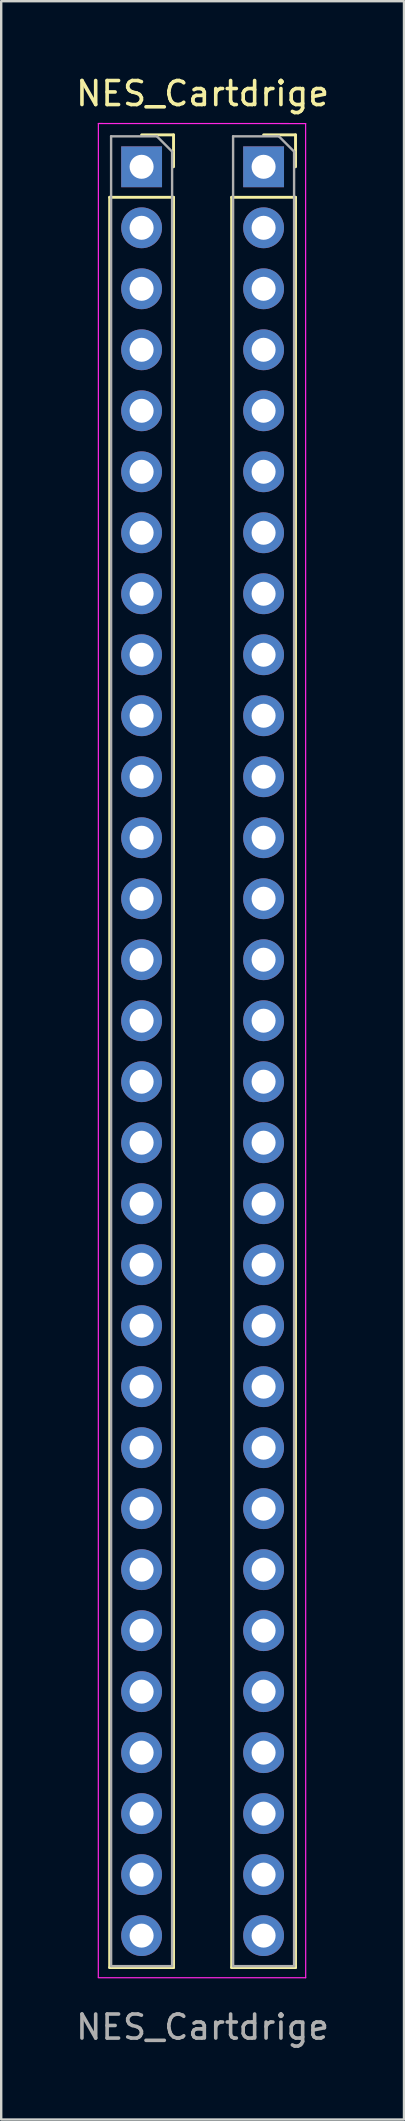
<source format=kicad_pcb>
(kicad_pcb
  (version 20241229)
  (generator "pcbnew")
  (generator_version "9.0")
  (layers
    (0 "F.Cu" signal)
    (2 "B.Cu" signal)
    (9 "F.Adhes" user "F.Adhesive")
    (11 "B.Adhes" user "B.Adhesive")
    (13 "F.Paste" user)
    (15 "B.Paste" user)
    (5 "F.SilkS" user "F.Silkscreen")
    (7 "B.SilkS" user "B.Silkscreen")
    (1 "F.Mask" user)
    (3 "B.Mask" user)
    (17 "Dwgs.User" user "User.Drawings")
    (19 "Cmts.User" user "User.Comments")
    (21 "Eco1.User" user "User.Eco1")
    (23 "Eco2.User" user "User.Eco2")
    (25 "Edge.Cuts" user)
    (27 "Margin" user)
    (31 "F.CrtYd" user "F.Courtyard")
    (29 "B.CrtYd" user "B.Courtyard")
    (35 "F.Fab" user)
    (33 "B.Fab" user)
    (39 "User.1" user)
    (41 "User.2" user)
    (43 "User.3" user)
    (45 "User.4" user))
  (footprint "NES_Cartdrige"
    (layer "F.Cu")
    (at 5.387 40.726)
    (property "Reference" "NES_Cartdrige" (at 0 -39.878 0) (unlocked yes) (layer "F.SilkS") (effects (font (size 1 1) (thickness 0.15))))
    (fp_line (start -3.87 -35.56) (end -3.87 38.16) (stroke (width 0.12) (type solid)) (layer "F.SilkS"))
    (fp_line (start -3.87 -35.56) (end -1.21 -35.56) (stroke (width 0.12) (type solid)) (layer "F.SilkS"))
    (fp_line (start -3.87 38.16) (end -1.21 38.16) (stroke (width 0.12) (type solid)) (layer "F.SilkS"))
    (fp_line (start -2.54 -38.16) (end -1.21 -38.16) (stroke (width 0.12) (type solid)) (layer "F.SilkS"))
    (fp_line (start -1.21 -38.16) (end -1.21 -36.83) (stroke (width 0.12) (type solid)) (layer "F.SilkS"))
    (fp_line (start -1.21 -35.56) (end -1.21 38.16) (stroke (width 0.12) (type solid)) (layer "F.SilkS"))
    (fp_line (start 1.21 -35.56) (end 1.21 38.16) (stroke (width 0.12) (type solid)) (layer "F.SilkS"))
    (fp_line (start 1.21 -35.56) (end 3.87 -35.56) (stroke (width 0.12) (type solid)) (layer "F.SilkS"))
    (fp_line (start 1.21 38.16) (end 3.87 38.16) (stroke (width 0.12) (type solid)) (layer "F.SilkS"))
    (fp_line (start 2.54 -38.16) (end 3.87 -38.16) (stroke (width 0.12) (type solid)) (layer "F.SilkS"))
    (fp_line (start 3.87 -38.16) (end 3.87 -36.83) (stroke (width 0.12) (type solid)) (layer "F.SilkS"))
    (fp_line (start 3.87 -35.56) (end 3.87 38.16) (stroke (width 0.12) (type solid)) (layer "F.SilkS"))
    (fp_line (start -4.343 -38.633) (end 4.293 -38.63) (stroke (width 0.05) (type solid)) (layer "F.CrtYd"))
    (fp_line (start -4.343 38.57) (end -4.34 -38.63) (stroke (width 0.05) (type solid)) (layer "F.CrtYd"))
    (fp_line (start 4.29 -38.63) (end 4.293 38.583) (stroke (width 0.05) (type solid)) (layer "F.CrtYd"))
    (fp_line (start 4.293 38.583) (end -4.343 38.583) (stroke (width 0.05) (type solid)) (layer "F.CrtYd"))
    (fp_line (start -3.81 -38.1) (end -1.905 -38.1) (stroke (width 0.1) (type solid)) (layer "F.Fab"))
    (fp_line (start -3.81 38.1) (end -3.81 -38.1) (stroke (width 0.1) (type solid)) (layer "F.Fab"))
    (fp_line (start -1.905 -38.1) (end -1.27 -37.465) (stroke (width 0.1) (type solid)) (layer "F.Fab"))
    (fp_line (start -1.27 -37.465) (end -1.27 38.1) (stroke (width 0.1) (type solid)) (layer "F.Fab"))
    (fp_line (start -1.27 38.1) (end -3.81 38.1) (stroke (width 0.1) (type solid)) (layer "F.Fab"))
    (fp_line (start 1.27 -38.1) (end 3.175 -38.1) (stroke (width 0.1) (type solid)) (layer "F.Fab"))
    (fp_line (start 1.27 38.1) (end 1.27 -38.1) (stroke (width 0.1) (type solid)) (layer "F.Fab"))
    (fp_line (start 3.175 -38.1) (end 3.81 -37.465) (stroke (width 0.1) (type solid)) (layer "F.Fab"))
    (fp_line (start 3.81 -37.465) (end 3.81 38.1) (stroke (width 0.1) (type solid)) (layer "F.Fab"))
    (fp_line (start 3.81 38.1) (end 1.27 38.1) (stroke (width 0.1) (type solid)) (layer "F.Fab"))
    (fp_text user "${REFERENCE}" (at 0 40.64 0) (unlocked yes) (layer "F.Fab") (effects (font (size 1 1) (thickness 0.15))))
    (pad "1" thru_hole rect (at -2.54 -36.83) (size 1.7 1.7) (drill 1) (layers "*.Cu" "*.Mask"))
    (pad "2" thru_hole rect (at 2.54 -36.83) (size 1.7 1.7) (drill 1) (layers "*.Cu" "*.Mask"))
    (pad "3" thru_hole oval (at -2.54 -34.29) (size 1.7 1.7) (drill 1) (layers "*.Cu" "*.Mask"))
    (pad "4" thru_hole oval (at 2.54 -34.29) (size 1.7 1.7) (drill 1) (layers "*.Cu" "*.Mask"))
    (pad "5" thru_hole oval (at -2.54 -31.75) (size 1.7 1.7) (drill 1) (layers "*.Cu" "*.Mask"))
    (pad "6" thru_hole oval (at 2.54 -31.75) (size 1.7 1.7) (drill 1) (layers "*.Cu" "*.Mask"))
    (pad "7" thru_hole oval (at -2.54 -29.21) (size 1.7 1.7) (drill 1) (layers "*.Cu" "*.Mask"))
    (pad "8" thru_hole oval (at 2.54 -29.21) (size 1.7 1.7) (drill 1) (layers "*.Cu" "*.Mask"))
    (pad "9" thru_hole oval (at -2.54 -26.67) (size 1.7 1.7) (drill 1) (layers "*.Cu" "*.Mask"))
    (pad "10" thru_hole oval (at 2.54 -26.67) (size 1.7 1.7) (drill 1) (layers "*.Cu" "*.Mask"))
    (pad "11" thru_hole oval (at -2.54 -24.13) (size 1.7 1.7) (drill 1) (layers "*.Cu" "*.Mask"))
    (pad "12" thru_hole oval (at 2.54 -24.13) (size 1.7 1.7) (drill 1) (layers "*.Cu" "*.Mask"))
    (pad "13" thru_hole oval (at -2.54 -21.59) (size 1.7 1.7) (drill 1) (layers "*.Cu" "*.Mask"))
    (pad "14" thru_hole oval (at 2.54 -21.59) (size 1.7 1.7) (drill 1) (layers "*.Cu" "*.Mask"))
    (pad "15" thru_hole oval (at -2.54 -19.05) (size 1.7 1.7) (drill 1) (layers "*.Cu" "*.Mask"))
    (pad "16" thru_hole oval (at 2.54 -19.05) (size 1.7 1.7) (drill 1) (layers "*.Cu" "*.Mask"))
    (pad "17" thru_hole oval (at -2.54 -16.51) (size 1.7 1.7) (drill 1) (layers "*.Cu" "*.Mask"))
    (pad "18" thru_hole oval (at 2.54 -16.51) (size 1.7 1.7) (drill 1) (layers "*.Cu" "*.Mask"))
    (pad "19" thru_hole oval (at -2.54 -13.97) (size 1.7 1.7) (drill 1) (layers "*.Cu" "*.Mask"))
    (pad "20" thru_hole oval (at 2.54 -13.97) (size 1.7 1.7) (drill 1) (layers "*.Cu" "*.Mask"))
    (pad "21" thru_hole oval (at -2.54 -11.43) (size 1.7 1.7) (drill 1) (layers "*.Cu" "*.Mask"))
    (pad "22" thru_hole oval (at 2.54 -11.43) (size 1.7 1.7) (drill 1) (layers "*.Cu" "*.Mask"))
    (pad "23" thru_hole oval (at -2.54 -8.89) (size 1.7 1.7) (drill 1) (layers "*.Cu" "*.Mask"))
    (pad "24" thru_hole oval (at 2.54 -8.89) (size 1.7 1.7) (drill 1) (layers "*.Cu" "*.Mask"))
    (pad "25" thru_hole oval (at -2.54 -6.35) (size 1.7 1.7) (drill 1) (layers "*.Cu" "*.Mask"))
    (pad "26" thru_hole oval (at 2.54 -6.35) (size 1.7 1.7) (drill 1) (layers "*.Cu" "*.Mask"))
    (pad "27" thru_hole oval (at -2.54 -3.81) (size 1.7 1.7) (drill 1) (layers "*.Cu" "*.Mask"))
    (pad "28" thru_hole oval (at 2.54 -3.81) (size 1.7 1.7) (drill 1) (layers "*.Cu" "*.Mask"))
    (pad "29" thru_hole oval (at -2.54 -1.27) (size 1.7 1.7) (drill 1) (layers "*.Cu" "*.Mask"))
    (pad "30" thru_hole oval (at 2.54 -1.27) (size 1.7 1.7) (drill 1) (layers "*.Cu" "*.Mask"))
    (pad "31" thru_hole oval (at -2.54 1.27) (size 1.7 1.7) (drill 1) (layers "*.Cu" "*.Mask"))
    (pad "32" thru_hole oval (at 2.54 1.27) (size 1.7 1.7) (drill 1) (layers "*.Cu" "*.Mask"))
    (pad "33" thru_hole oval (at -2.54 3.81) (size 1.7 1.7) (drill 1) (layers "*.Cu" "*.Mask"))
    (pad "34" thru_hole oval (at 2.54 3.81) (size 1.7 1.7) (drill 1) (layers "*.Cu" "*.Mask"))
    (pad "35" thru_hole oval (at -2.54 6.35) (size 1.7 1.7) (drill 1) (layers "*.Cu" "*.Mask"))
    (pad "36" thru_hole oval (at 2.54 6.35) (size 1.7 1.7) (drill 1) (layers "*.Cu" "*.Mask"))
    (pad "37" thru_hole oval (at -2.54 8.89) (size 1.7 1.7) (drill 1) (layers "*.Cu" "*.Mask"))
    (pad "38" thru_hole oval (at 2.54 8.89) (size 1.7 1.7) (drill 1) (layers "*.Cu" "*.Mask"))
    (pad "39" thru_hole oval (at -2.54 11.43) (size 1.7 1.7) (drill 1) (layers "*.Cu" "*.Mask"))
    (pad "40" thru_hole oval (at 2.54 11.43) (size 1.7 1.7) (drill 1) (layers "*.Cu" "*.Mask"))
    (pad "41" thru_hole oval (at -2.54 13.97) (size 1.7 1.7) (drill 1) (layers "*.Cu" "*.Mask"))
    (pad "42" thru_hole oval (at 2.54 13.97) (size 1.7 1.7) (drill 1) (layers "*.Cu" "*.Mask"))
    (pad "43" thru_hole oval (at -2.54 16.51) (size 1.7 1.7) (drill 1) (layers "*.Cu" "*.Mask"))
    (pad "44" thru_hole oval (at 2.54 16.51) (size 1.7 1.7) (drill 1) (layers "*.Cu" "*.Mask"))
    (pad "45" thru_hole oval (at -2.54 19.05) (size 1.7 1.7) (drill 1) (layers "*.Cu" "*.Mask"))
    (pad "46" thru_hole oval (at 2.54 19.05) (size 1.7 1.7) (drill 1) (layers "*.Cu" "*.Mask"))
    (pad "47" thru_hole oval (at -2.54 21.59) (size 1.7 1.7) (drill 1) (layers "*.Cu" "*.Mask"))
    (pad "48" thru_hole oval (at 2.54 21.59) (size 1.7 1.7) (drill 1) (layers "*.Cu" "*.Mask"))
    (pad "49" thru_hole oval (at -2.54 24.13) (size 1.7 1.7) (drill 1) (layers "*.Cu" "*.Mask"))
    (pad "50" thru_hole oval (at 2.54 24.13) (size 1.7 1.7) (drill 1) (layers "*.Cu" "*.Mask"))
    (pad "51" thru_hole oval (at -2.54 26.67) (size 1.7 1.7) (drill 1) (layers "*.Cu" "*.Mask"))
    (pad "52" thru_hole oval (at 2.54 26.67) (size 1.7 1.7) (drill 1) (layers "*.Cu" "*.Mask"))
    (pad "53" thru_hole oval (at -2.54 29.21) (size 1.7 1.7) (drill 1) (layers "*.Cu" "*.Mask"))
    (pad "54" thru_hole oval (at 2.54 29.21) (size 1.7 1.7) (drill 1) (layers "*.Cu" "*.Mask"))
    (pad "55" thru_hole oval (at -2.54 31.75) (size 1.7 1.7) (drill 1) (layers "*.Cu" "*.Mask"))
    (pad "56" thru_hole oval (at 2.54 31.75) (size 1.7 1.7) (drill 1) (layers "*.Cu" "*.Mask"))
    (pad "57" thru_hole oval (at -2.54 34.29) (size 1.7 1.7) (drill 1) (layers "*.Cu" "*.Mask"))
    (pad "58" thru_hole oval (at 2.54 34.29) (size 1.7 1.7) (drill 1) (layers "*.Cu" "*.Mask"))
    (pad "59" thru_hole oval (at -2.54 36.83) (size 1.7 1.7) (drill 1) (layers "*.Cu" "*.Mask"))
    (pad "60" thru_hole oval (at 2.54 36.83) (size 1.7 1.7) (drill 1) (layers "*.Cu" "*.Mask")))
  (gr_rect
    (start -3 -3)
    (end 13.774 85.215)
    (stroke (width 0.1) (type default))
    (fill no)
    (layer "Edge.Cuts")))
</source>
